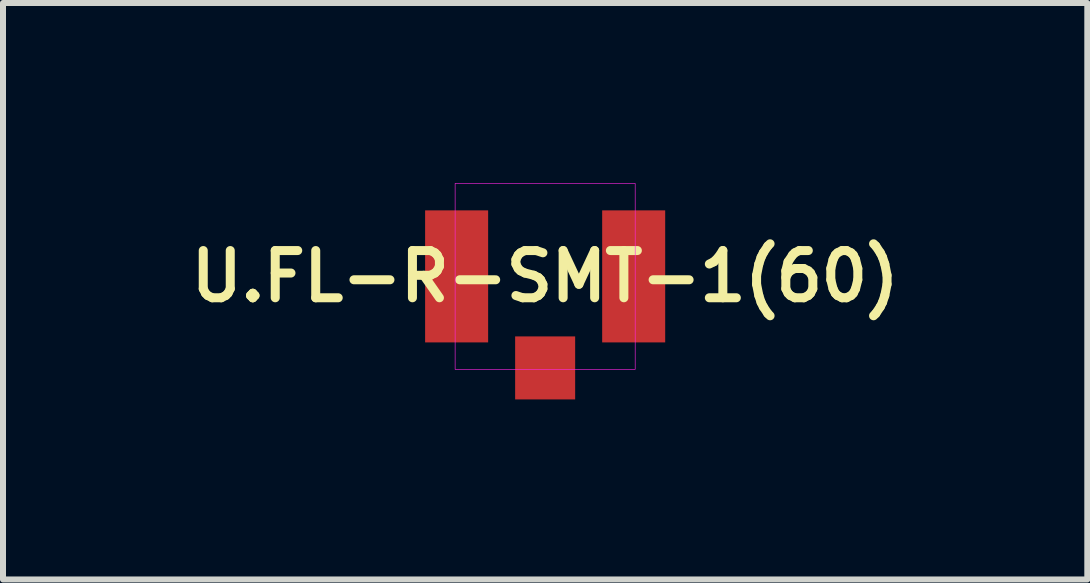
<source format=kicad_pcb>
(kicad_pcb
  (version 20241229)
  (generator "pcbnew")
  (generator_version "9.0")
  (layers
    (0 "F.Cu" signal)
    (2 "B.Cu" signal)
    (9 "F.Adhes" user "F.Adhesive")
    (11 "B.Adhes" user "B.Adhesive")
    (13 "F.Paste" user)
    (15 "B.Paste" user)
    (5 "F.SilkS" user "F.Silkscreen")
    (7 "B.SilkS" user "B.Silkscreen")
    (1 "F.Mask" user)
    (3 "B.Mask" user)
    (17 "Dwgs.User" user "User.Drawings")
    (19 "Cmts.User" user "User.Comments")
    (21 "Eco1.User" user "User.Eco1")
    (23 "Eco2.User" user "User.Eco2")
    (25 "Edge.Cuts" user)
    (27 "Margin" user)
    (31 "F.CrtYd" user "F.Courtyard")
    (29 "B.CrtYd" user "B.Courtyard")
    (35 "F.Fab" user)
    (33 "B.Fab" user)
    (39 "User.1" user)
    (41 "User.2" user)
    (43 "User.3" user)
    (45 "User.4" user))
  (footprint "U.FL-R-SMT-1(60)"
    (layer "F.Cu")
    (at 6.033 1.555)
    (property "Reference" "U.FL-R-SMT-1(60)" (at 0 0 0) (layer "F.SilkS") (effects (font (size 0.787 0.787) (thickness 0.15))))
    (attr smd)
    (fp_poly (pts (xy -1.5 -1.55) (xy 1.5 -1.55) (xy 1.5 1.55) (xy -1.5 1.55)) (stroke (width 0.01) (type solid)) (fill no) (layer "F.CrtYd"))
    (pad "1" smd rect (at 0 1.525) (size 1 1.05) (layers "F.Cu" "F.Mask" "F.Paste"))
    (pad "2" smd rect (at 1.475 0 90) (size 2.2 1.05) (layers "F.Cu" "F.Mask" "F.Paste"))
    (pad "3" smd rect (at -1.475 0 90) (size 2.2 1.05) (layers "F.Cu" "F.Mask" "F.Paste"))
    (zone (net_name "") (layer "F.Cu") (hatch full 0.508) (connect_pads) (min_thickness 0.01) (filled_areas_thickness no) (keepout (tracks not_allowed) (vias not_allowed) (pads not_allowed) (copperpour not_allowed) (footprints allowed)) (placement (enabled no)) (fill) (polygon (pts (xy 5.133 0.255) (xy 6.933 0.255) (xy 6.933 2.455) (xy 5.133 2.455))))
    (zone (net_name "") (layers "F.Cu" "B.Cu") (hatch full 0.508) (connect_pads) (min_thickness 0.01) (filled_areas_thickness no) (keepout (tracks allowed) (vias not_allowed) (pads allowed) (copperpour allowed) (footprints allowed)) (placement (enabled no)) (fill) (polygon (pts (xy 5.133 0.255) (xy 6.933 0.255) (xy 6.933 2.455) (xy 5.133 2.455))))
    (zone (net_name "") (layer "B.Cu") (hatch full 0.508) (connect_pads) (min_thickness 0.01) (filled_areas_thickness no) (keepout (tracks not_allowed) (vias not_allowed) (pads not_allowed) (copperpour not_allowed) (footprints allowed)) (placement (enabled no)) (fill) (polygon (pts (xy 5.133 0.255) (xy 6.933 0.255) (xy 6.933 2.455) (xy 5.133 2.455)))))
  (gr_rect
    (start -3 -3)
    (end 15.066 6.605)
    (stroke (width 0.1) (type default))
    (fill no)
    (layer "Edge.Cuts")))
</source>
